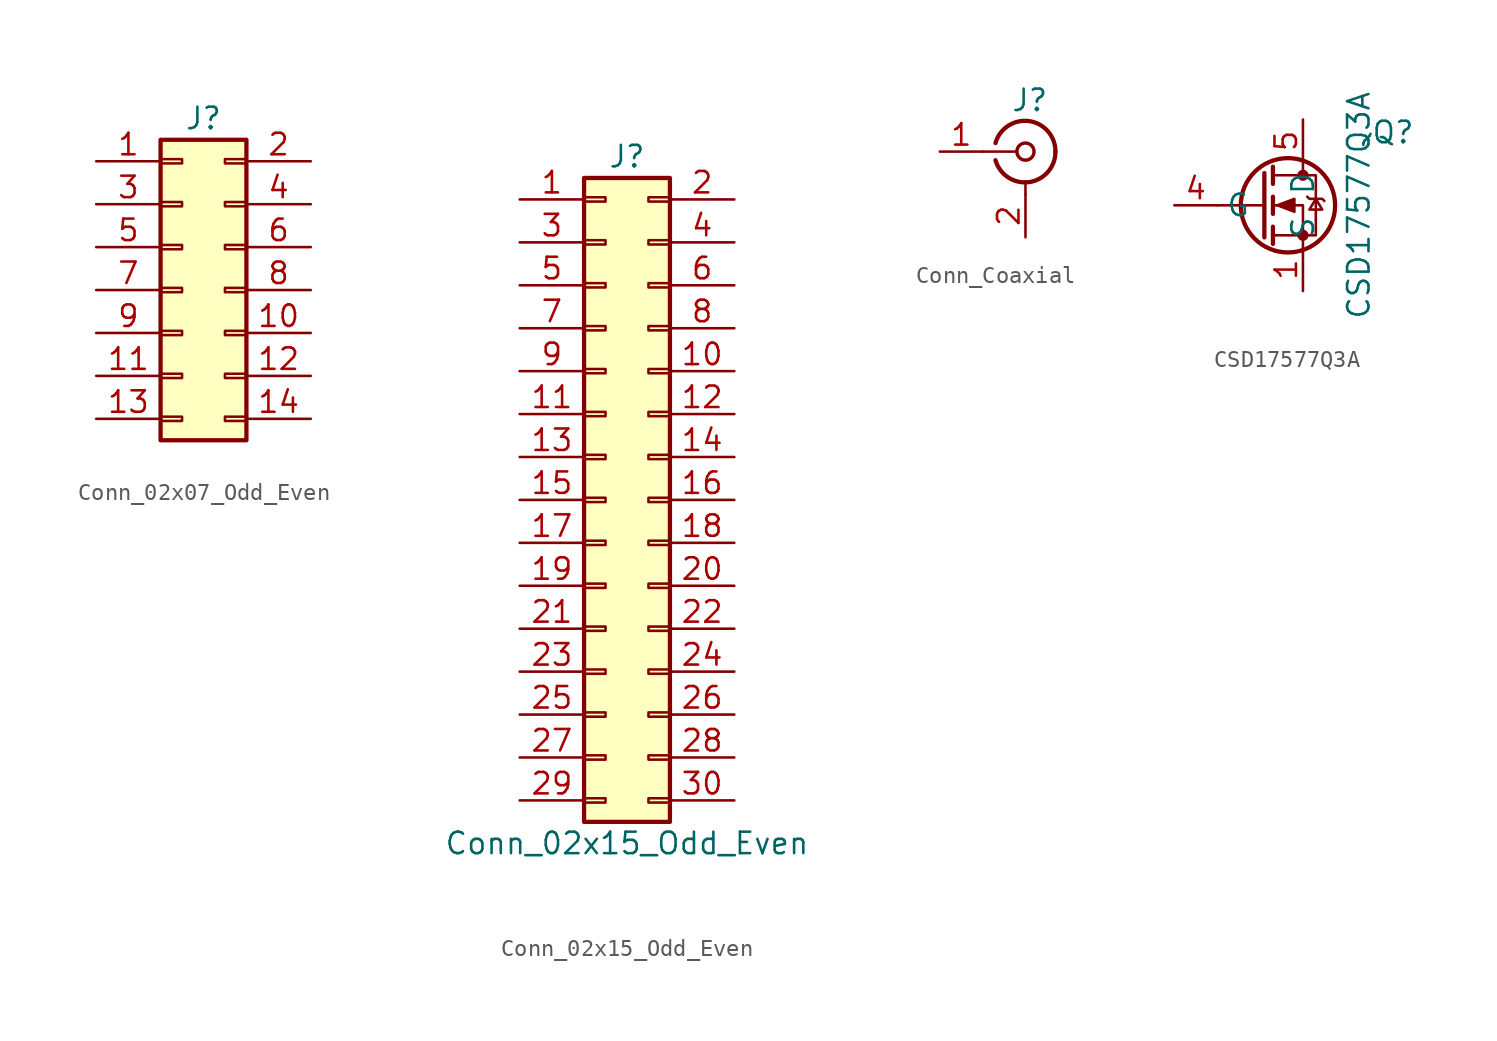
<source format=kicad_sym>
(kicad_symbol_lib
  (version 20241209)
  (generator "kicad_symbol_editor")
  (generator_version "9.0")
  (symbol "Conn_02x07_Odd_Even"
    (pin_names
      (offset 1.016)
      (hide yes))
    (property "Reference" "J"
      (at 1.27 10.16 0)
      (effects (font (size 1.27 1.27))))
    (symbol "Conn_02x07_Odd_Even_1_1"
      (rectangle (start -1.27 8.89) (end 3.81 -8.89) (stroke (width 0.254) (type default)) (fill (type background)))
      (rectangle (start -1.27 7.747) (end 0 7.493) (stroke (width 0.152) (type default)) (fill (type none)))
      (rectangle (start -1.27 5.207) (end 0 4.953) (stroke (width 0.152) (type default)) (fill (type none)))
      (rectangle (start -1.27 2.667) (end 0 2.413) (stroke (width 0.152) (type default)) (fill (type none)))
      (rectangle (start -1.27 0.127) (end 0 -0.127) (stroke (width 0.152) (type default)) (fill (type none)))
      (rectangle (start -1.27 -2.413) (end 0 -2.667) (stroke (width 0.152) (type default)) (fill (type none)))
      (rectangle (start -1.27 -4.953) (end 0 -5.207) (stroke (width 0.152) (type default)) (fill (type none)))
      (rectangle (start -1.27 -7.493) (end 0 -7.747) (stroke (width 0.152) (type default)) (fill (type none)))
      (rectangle (start 3.81 7.747) (end 2.54 7.493) (stroke (width 0.152) (type default)) (fill (type none)))
      (rectangle (start 3.81 5.207) (end 2.54 4.953) (stroke (width 0.152) (type default)) (fill (type none)))
      (rectangle (start 3.81 2.667) (end 2.54 2.413) (stroke (width 0.152) (type default)) (fill (type none)))
      (rectangle (start 3.81 0.127) (end 2.54 -0.127) (stroke (width 0.152) (type default)) (fill (type none)))
      (rectangle (start 3.81 -2.413) (end 2.54 -2.667) (stroke (width 0.152) (type default)) (fill (type none)))
      (rectangle (start 3.81 -4.953) (end 2.54 -5.207) (stroke (width 0.152) (type default)) (fill (type none)))
      (rectangle (start 3.81 -7.493) (end 2.54 -7.747) (stroke (width 0.152) (type default)) (fill (type none)))
      (pin passive line (at -5.08 7.62 0) (length 3.81) (name "Pin_1" (effects (font (size 1.27 1.27)))) (number "1" (effects (font (size 1.27 1.27)))))
      (pin passive line (at -5.08 5.08 0) (length 3.81) (name "Pin_3" (effects (font (size 1.27 1.27)))) (number "3" (effects (font (size 1.27 1.27)))))
      (pin passive line (at -5.08 2.54 0) (length 3.81) (name "Pin_5" (effects (font (size 1.27 1.27)))) (number "5" (effects (font (size 1.27 1.27)))))
      (pin passive line (at -5.08 0 0) (length 3.81) (name "Pin_7" (effects (font (size 1.27 1.27)))) (number "7" (effects (font (size 1.27 1.27)))))
      (pin passive line (at -5.08 -2.54 0) (length 3.81) (name "Pin_9" (effects (font (size 1.27 1.27)))) (number "9" (effects (font (size 1.27 1.27)))))
      (pin passive line (at -5.08 -5.08 0) (length 3.81) (name "Pin_11" (effects (font (size 1.27 1.27)))) (number "11" (effects (font (size 1.27 1.27)))))
      (pin passive line (at -5.08 -7.62 0) (length 3.81) (name "Pin_13" (effects (font (size 1.27 1.27)))) (number "13" (effects (font (size 1.27 1.27)))))
      (pin passive line (at 7.62 7.62 180) (length 3.81) (name "Pin_2" (effects (font (size 1.27 1.27)))) (number "2" (effects (font (size 1.27 1.27)))))
      (pin passive line (at 7.62 5.08 180) (length 3.81) (name "Pin_4" (effects (font (size 1.27 1.27)))) (number "4" (effects (font (size 1.27 1.27)))))
      (pin passive line (at 7.62 2.54 180) (length 3.81) (name "Pin_6" (effects (font (size 1.27 1.27)))) (number "6" (effects (font (size 1.27 1.27)))))
      (pin passive line (at 7.62 0 180) (length 3.81) (name "Pin_8" (effects (font (size 1.27 1.27)))) (number "8" (effects (font (size 1.27 1.27)))))
      (pin passive line (at 7.62 -2.54 180) (length 3.81) (name "Pin_10" (effects (font (size 1.27 1.27)))) (number "10" (effects (font (size 1.27 1.27)))))
      (pin passive line (at 7.62 -5.08 180) (length 3.81) (name "Pin_12" (effects (font (size 1.27 1.27)))) (number "12" (effects (font (size 1.27 1.27)))))
      (pin passive line (at 7.62 -7.62 180) (length 3.81) (name "Pin_14" (effects (font (size 1.27 1.27)))) (number "14" (effects (font (size 1.27 1.27)))))))
  (symbol "Conn_02x15_Odd_Even"
    (pin_names
      (offset 1.016)
      (hide yes))
    (property "Reference" "J"
      (at 1.27 20.32 0)
      (effects (font (size 1.27 1.27))))
    (property "Value" "Conn_02x15_Odd_Even"
      (at 1.27 -20.32 0)
      (effects (font (size 1.27 1.27))))
    (symbol "Conn_02x15_Odd_Even_1_1"
      (rectangle (start -1.27 19.05) (end 3.81 -19.05) (stroke (width 0.254) (type default)) (fill (type background)))
      (rectangle (start -1.27 17.907) (end 0 17.653) (stroke (width 0.152) (type default)) (fill (type none)))
      (rectangle (start -1.27 15.367) (end 0 15.113) (stroke (width 0.152) (type default)) (fill (type none)))
      (rectangle (start -1.27 12.827) (end 0 12.573) (stroke (width 0.152) (type default)) (fill (type none)))
      (rectangle (start -1.27 10.287) (end 0 10.033) (stroke (width 0.152) (type default)) (fill (type none)))
      (rectangle (start -1.27 7.747) (end 0 7.493) (stroke (width 0.152) (type default)) (fill (type none)))
      (rectangle (start -1.27 5.207) (end 0 4.953) (stroke (width 0.152) (type default)) (fill (type none)))
      (rectangle (start -1.27 2.667) (end 0 2.413) (stroke (width 0.152) (type default)) (fill (type none)))
      (rectangle (start -1.27 0.127) (end 0 -0.127) (stroke (width 0.152) (type default)) (fill (type none)))
      (rectangle (start -1.27 -2.413) (end 0 -2.667) (stroke (width 0.152) (type default)) (fill (type none)))
      (rectangle (start -1.27 -4.953) (end 0 -5.207) (stroke (width 0.152) (type default)) (fill (type none)))
      (rectangle (start -1.27 -7.493) (end 0 -7.747) (stroke (width 0.152) (type default)) (fill (type none)))
      (rectangle (start -1.27 -10.033) (end 0 -10.287) (stroke (width 0.152) (type default)) (fill (type none)))
      (rectangle (start -1.27 -12.573) (end 0 -12.827) (stroke (width 0.152) (type default)) (fill (type none)))
      (rectangle (start -1.27 -15.113) (end 0 -15.367) (stroke (width 0.152) (type default)) (fill (type none)))
      (rectangle (start -1.27 -17.653) (end 0 -17.907) (stroke (width 0.152) (type default)) (fill (type none)))
      (rectangle (start 3.81 17.907) (end 2.54 17.653) (stroke (width 0.152) (type default)) (fill (type none)))
      (rectangle (start 3.81 15.367) (end 2.54 15.113) (stroke (width 0.152) (type default)) (fill (type none)))
      (rectangle (start 3.81 12.827) (end 2.54 12.573) (stroke (width 0.152) (type default)) (fill (type none)))
      (rectangle (start 3.81 10.287) (end 2.54 10.033) (stroke (width 0.152) (type default)) (fill (type none)))
      (rectangle (start 3.81 7.747) (end 2.54 7.493) (stroke (width 0.152) (type default)) (fill (type none)))
      (rectangle (start 3.81 5.207) (end 2.54 4.953) (stroke (width 0.152) (type default)) (fill (type none)))
      (rectangle (start 3.81 2.667) (end 2.54 2.413) (stroke (width 0.152) (type default)) (fill (type none)))
      (rectangle (start 3.81 0.127) (end 2.54 -0.127) (stroke (width 0.152) (type default)) (fill (type none)))
      (rectangle (start 3.81 -2.413) (end 2.54 -2.667) (stroke (width 0.152) (type default)) (fill (type none)))
      (rectangle (start 3.81 -4.953) (end 2.54 -5.207) (stroke (width 0.152) (type default)) (fill (type none)))
      (rectangle (start 3.81 -7.493) (end 2.54 -7.747) (stroke (width 0.152) (type default)) (fill (type none)))
      (rectangle (start 3.81 -10.033) (end 2.54 -10.287) (stroke (width 0.152) (type default)) (fill (type none)))
      (rectangle (start 3.81 -12.573) (end 2.54 -12.827) (stroke (width 0.152) (type default)) (fill (type none)))
      (rectangle (start 3.81 -15.113) (end 2.54 -15.367) (stroke (width 0.152) (type default)) (fill (type none)))
      (rectangle (start 3.81 -17.653) (end 2.54 -17.907) (stroke (width 0.152) (type default)) (fill (type none)))
      (pin passive line (at -5.08 17.78 0) (length 3.81) (name "Pin_1" (effects (font (size 1.27 1.27)))) (number "1" (effects (font (size 1.27 1.27)))))
      (pin passive line (at -5.08 15.24 0) (length 3.81) (name "Pin_3" (effects (font (size 1.27 1.27)))) (number "3" (effects (font (size 1.27 1.27)))))
      (pin passive line (at -5.08 12.7 0) (length 3.81) (name "Pin_5" (effects (font (size 1.27 1.27)))) (number "5" (effects (font (size 1.27 1.27)))))
      (pin passive line (at -5.08 10.16 0) (length 3.81) (name "Pin_7" (effects (font (size 1.27 1.27)))) (number "7" (effects (font (size 1.27 1.27)))))
      (pin passive line (at -5.08 7.62 0) (length 3.81) (name "Pin_9" (effects (font (size 1.27 1.27)))) (number "9" (effects (font (size 1.27 1.27)))))
      (pin passive line (at -5.08 5.08 0) (length 3.81) (name "Pin_11" (effects (font (size 1.27 1.27)))) (number "11" (effects (font (size 1.27 1.27)))))
      (pin passive line (at -5.08 2.54 0) (length 3.81) (name "Pin_13" (effects (font (size 1.27 1.27)))) (number "13" (effects (font (size 1.27 1.27)))))
      (pin passive line (at -5.08 0 0) (length 3.81) (name "Pin_15" (effects (font (size 1.27 1.27)))) (number "15" (effects (font (size 1.27 1.27)))))
      (pin passive line (at -5.08 -2.54 0) (length 3.81) (name "Pin_17" (effects (font (size 1.27 1.27)))) (number "17" (effects (font (size 1.27 1.27)))))
      (pin passive line (at -5.08 -5.08 0) (length 3.81) (name "Pin_19" (effects (font (size 1.27 1.27)))) (number "19" (effects (font (size 1.27 1.27)))))
      (pin passive line (at -5.08 -7.62 0) (length 3.81) (name "Pin_21" (effects (font (size 1.27 1.27)))) (number "21" (effects (font (size 1.27 1.27)))))
      (pin passive line (at -5.08 -10.16 0) (length 3.81) (name "Pin_23" (effects (font (size 1.27 1.27)))) (number "23" (effects (font (size 1.27 1.27)))))
      (pin passive line (at -5.08 -12.7 0) (length 3.81) (name "Pin_25" (effects (font (size 1.27 1.27)))) (number "25" (effects (font (size 1.27 1.27)))))
      (pin passive line (at -5.08 -15.24 0) (length 3.81) (name "Pin_27" (effects (font (size 1.27 1.27)))) (number "27" (effects (font (size 1.27 1.27)))))
      (pin passive line (at -5.08 -17.78 0) (length 3.81) (name "Pin_29" (effects (font (size 1.27 1.27)))) (number "29" (effects (font (size 1.27 1.27)))))
      (pin passive line (at 7.62 17.78 180) (length 3.81) (name "Pin_2" (effects (font (size 1.27 1.27)))) (number "2" (effects (font (size 1.27 1.27)))))
      (pin passive line (at 7.62 15.24 180) (length 3.81) (name "Pin_4" (effects (font (size 1.27 1.27)))) (number "4" (effects (font (size 1.27 1.27)))))
      (pin passive line (at 7.62 12.7 180) (length 3.81) (name "Pin_6" (effects (font (size 1.27 1.27)))) (number "6" (effects (font (size 1.27 1.27)))))
      (pin passive line (at 7.62 10.16 180) (length 3.81) (name "Pin_8" (effects (font (size 1.27 1.27)))) (number "8" (effects (font (size 1.27 1.27)))))
      (pin passive line (at 7.62 7.62 180) (length 3.81) (name "Pin_10" (effects (font (size 1.27 1.27)))) (number "10" (effects (font (size 1.27 1.27)))))
      (pin passive line (at 7.62 5.08 180) (length 3.81) (name "Pin_12" (effects (font (size 1.27 1.27)))) (number "12" (effects (font (size 1.27 1.27)))))
      (pin passive line (at 7.62 2.54 180) (length 3.81) (name "Pin_14" (effects (font (size 1.27 1.27)))) (number "14" (effects (font (size 1.27 1.27)))))
      (pin passive line (at 7.62 0 180) (length 3.81) (name "Pin_16" (effects (font (size 1.27 1.27)))) (number "16" (effects (font (size 1.27 1.27)))))
      (pin passive line (at 7.62 -2.54 180) (length 3.81) (name "Pin_18" (effects (font (size 1.27 1.27)))) (number "18" (effects (font (size 1.27 1.27)))))
      (pin passive line (at 7.62 -5.08 180) (length 3.81) (name "Pin_20" (effects (font (size 1.27 1.27)))) (number "20" (effects (font (size 1.27 1.27)))))
      (pin passive line (at 7.62 -7.62 180) (length 3.81) (name "Pin_22" (effects (font (size 1.27 1.27)))) (number "22" (effects (font (size 1.27 1.27)))))
      (pin passive line (at 7.62 -10.16 180) (length 3.81) (name "Pin_24" (effects (font (size 1.27 1.27)))) (number "24" (effects (font (size 1.27 1.27)))))
      (pin passive line (at 7.62 -12.7 180) (length 3.81) (name "Pin_26" (effects (font (size 1.27 1.27)))) (number "26" (effects (font (size 1.27 1.27)))))
      (pin passive line (at 7.62 -15.24 180) (length 3.81) (name "Pin_28" (effects (font (size 1.27 1.27)))) (number "28" (effects (font (size 1.27 1.27)))))
      (pin passive line (at 7.62 -17.78 180) (length 3.81) (name "Pin_30" (effects (font (size 1.27 1.27)))) (number "30" (effects (font (size 1.27 1.27)))))))
  (symbol "Conn_Coaxial"
    (pin_names
      (offset 1.016)
      (hide yes))
    (property "Reference" "J"
      (at 0.254 3.048 0)
      (effects (font (size 1.27 1.27))))
    (symbol "Conn_Coaxial_0_1"
      (polyline (pts (xy -2.54 0) (xy -0.508 0)) (stroke (width 0) (type default)) (fill (type none)))
      (arc (start 1.778 0) (mid 0.222 -1.8079) (end -1.778 -0.508) (stroke (width 0.254) (type default)) (fill (type none)))
      (arc (start -1.778 0.508) (mid 0.2221 1.8084) (end 1.778 0) (stroke (width 0.254) (type default)) (fill (type none)))
      (circle (center 0 0) (radius 0.508) (stroke (width 0.203) (type default)) (fill (type none)))
      (polyline (pts (xy 0 -2.54) (xy 0 -1.778)) (stroke (width 0) (type default)) (fill (type none))))
    (symbol "Conn_Coaxial_1_1"
      (pin passive line (at -5.08 0 0) (length 2.54) (name "In" (effects (font (size 1.27 1.27)))) (number "1" (effects (font (size 1.27 1.27)))))
      (pin passive line (at 0 -5.08 90) (length 2.54) (name "Ext" (effects (font (size 1.27 1.27)))) (number "2" (effects (font (size 1.27 1.27)))))))
  (symbol "CSD17577Q3A"
    (property "Reference" "Q"
      (at 7.874 4.318 0)
      (effects (font (size 1.27 1.27))))
    (property "Value" "CSD17577Q3A"
      (at 5.842 0 90)
      (effects (font (size 1.27 1.27))))
    (symbol "CSD17577Q3A_0_1"
      (polyline (pts (xy 0.254 1.905) (xy 0.254 -1.905)) (stroke (width 0.254) (type default)) (fill (type none)))
      (polyline (pts (xy 0.254 0) (xy -2.54 0)) (stroke (width 0) (type default)) (fill (type none)))
      (polyline (pts (xy 0.762 2.286) (xy 0.762 1.27)) (stroke (width 0.254) (type default)) (fill (type none)))
      (polyline (pts (xy 0.762 0.508) (xy 0.762 -0.508)) (stroke (width 0.254) (type default)) (fill (type none)))
      (polyline (pts (xy 0.762 -1.27) (xy 0.762 -2.286)) (stroke (width 0.254) (type default)) (fill (type none)))
      (polyline (pts (xy 0.762 -1.778) (xy 3.302 -1.778) (xy 3.302 1.778) (xy 0.762 1.778)) (stroke (width 0) (type default)) (fill (type none)))
      (polyline (pts (xy 1.016 0) (xy 2.032 0.381) (xy 2.032 -0.381) (xy 1.016 0)) (stroke (width 0) (type default)) (fill (type outline)))
      (circle (center 1.651 0) (radius 2.794) (stroke (width 0.254) (type default)) (fill (type none)))
      (polyline (pts (xy 2.54 2.54) (xy 2.54 1.778)) (stroke (width 0) (type default)) (fill (type none)))
      (circle (center 2.54 1.778) (radius 0.254) (stroke (width 0) (type default)) (fill (type outline)))
      (circle (center 2.54 -1.778) (radius 0.254) (stroke (width 0) (type default)) (fill (type outline)))
      (polyline (pts (xy 2.54 -2.54) (xy 2.54 0) (xy 0.762 0)) (stroke (width 0) (type default)) (fill (type none)))
      (polyline (pts (xy 2.794 0.508) (xy 2.921 0.381) (xy 3.683 0.381) (xy 3.81 0.254)) (stroke (width 0) (type default)) (fill (type none)))
      (polyline (pts (xy 3.302 0.381) (xy 2.921 -0.254) (xy 3.683 -0.254) (xy 3.302 0.381)) (stroke (width 0) (type default)) (fill (type none))))
    (symbol "CSD17577Q3A_1_1"
      (pin input line (at -5.08 0 0) (length 2.54) (name "G" (effects (font (size 1.27 1.27)))) (number "4" (effects (font (size 1.27 1.27)))))
      (pin passive line (at 2.54 5.08 270) (length 2.54) (name "D" (effects (font (size 1.27 1.27)))) (number "5" (effects (font (size 1.27 1.27)))))
      (pin passive line (at 2.54 5.08 270) (length 2.54) (hide yes) (name "D" (effects (font (size 1.27 1.27)))) (number "6" (effects (font (size 1.27 1.27)))))
      (pin passive line (at 2.54 5.08 270) (length 2.54) (hide yes) (name "D" (effects (font (size 1.27 1.27)))) (number "7" (effects (font (size 1.27 1.27)))))
      (pin passive line (at 2.54 5.08 270) (length 2.54) (hide yes) (name "D" (effects (font (size 1.27 1.27)))) (number "8" (effects (font (size 1.27 1.27)))))
      (pin passive line (at 2.54 5.08 270) (length 2.54) (hide yes) (name "D" (effects (font (size 1.27 1.27)))) (number "9" (effects (font (size 1.27 1.27)))))
      (pin passive line (at 2.54 -5.08 90) (length 2.54) (name "S" (effects (font (size 1.27 1.27)))) (number "1" (effects (font (size 1.27 1.27)))))
      (pin passive line (at 2.54 -5.08 90) (length 2.54) (hide yes) (name "S" (effects (font (size 1.27 1.27)))) (number "2" (effects (font (size 1.27 1.27)))))
      (pin passive line (at 2.54 -5.08 90) (length 2.54) (hide yes) (name "S" (effects (font (size 1.27 1.27)))) (number "3" (effects (font (size 1.27 1.27))))))))
</source>
